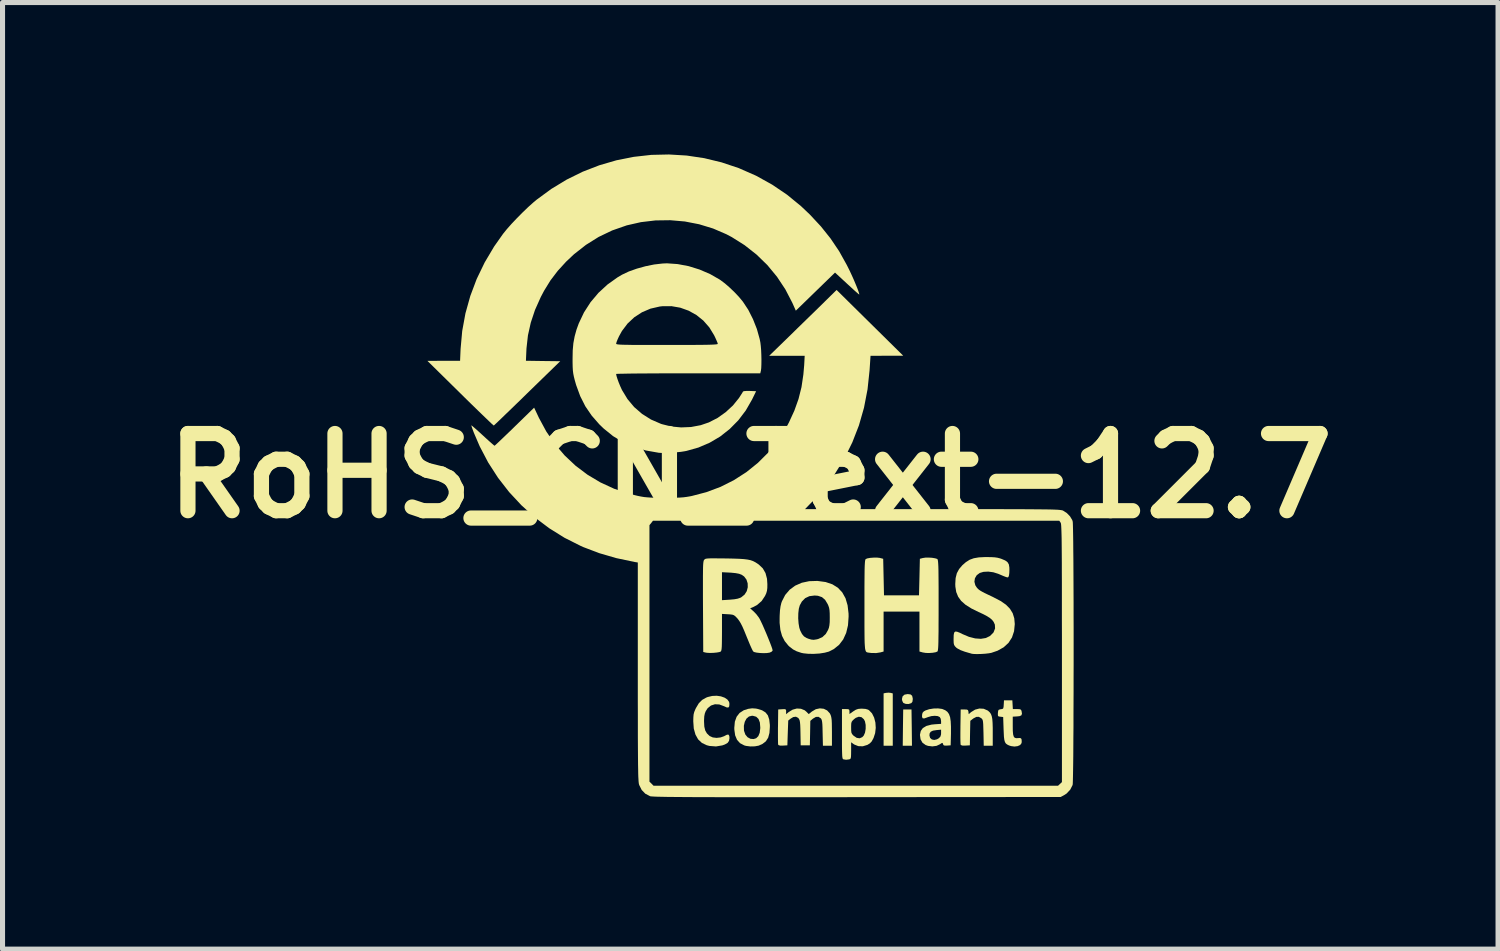
<source format=kicad_pcb>
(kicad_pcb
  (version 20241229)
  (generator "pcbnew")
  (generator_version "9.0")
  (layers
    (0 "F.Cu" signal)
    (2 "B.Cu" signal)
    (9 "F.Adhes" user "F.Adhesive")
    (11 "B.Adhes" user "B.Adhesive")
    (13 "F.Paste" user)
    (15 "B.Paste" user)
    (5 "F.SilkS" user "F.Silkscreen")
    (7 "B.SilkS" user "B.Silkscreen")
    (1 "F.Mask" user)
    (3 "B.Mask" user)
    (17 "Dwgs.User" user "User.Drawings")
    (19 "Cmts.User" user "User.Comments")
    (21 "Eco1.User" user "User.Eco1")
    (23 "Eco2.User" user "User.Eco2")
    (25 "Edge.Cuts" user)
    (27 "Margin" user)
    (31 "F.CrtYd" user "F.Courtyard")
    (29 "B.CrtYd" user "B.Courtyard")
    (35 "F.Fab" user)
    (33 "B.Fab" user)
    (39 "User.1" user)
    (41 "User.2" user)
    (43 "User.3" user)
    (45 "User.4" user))
  (footprint "RoHS_CN_Text-12.7"
    (layer "F.Cu")
    (at 11.764 6.344)
    (property "Reference" "RoHS_CN_Text-12.7" (at 0 0 0) (layer "F.SilkS") (effects (font (size 1.524 1.524) (thickness 0.3))))
    (attr board_only exclude_from_pos_files exclude_from_bom)
    (fp_poly (pts (xy 3.188 4.972) (xy 3.192 5.33) (xy 3.01 5.33) (xy 3.014 4.972) (xy 3.019 4.614) (xy 3.183 4.614)) (stroke (width 0) (type solid)) (fill yes) (layer "F.SilkS"))
    (fp_poly (pts (xy 2.77 4.286) (xy 2.813 4.297) (xy 2.813 5.33) (xy 2.632 5.33) (xy 2.632 4.296) (xy 2.679 4.286) (xy 2.731 4.282)) (stroke (width 0) (type solid)) (fill yes) (layer "F.SilkS"))
    (fp_poly (pts (xy 3.164 4.317) (xy 3.195 4.343) (xy 3.207 4.392) (xy 3.208 4.412) (xy 3.201 4.462) (xy 3.179 4.489) (xy 3.176 4.49) (xy 3.125 4.506) (xy 3.07 4.504) (xy 3.026 4.487) (xy 3.02 4.482) (xy 3.001 4.446) (xy 2.994 4.409) (xy 3.007 4.355) (xy 3.045 4.321) (xy 3.107 4.31) (xy 3.107 4.31)) (stroke (width 0) (type solid)) (fill yes) (layer "F.SilkS"))
    (fp_poly (pts (xy 4.608 4.6) (xy 4.684 4.633) (xy 4.697 4.642) (xy 4.728 4.671) (xy 4.751 4.703) (xy 4.767 4.746) (xy 4.778 4.802) (xy 4.784 4.879) (xy 4.787 4.98) (xy 4.787 5.058) (xy 4.787 5.33) (xy 4.609 5.33) (xy 4.604 5.074) (xy 4.601 4.976) (xy 4.599 4.906) (xy 4.595 4.859) (xy 4.589 4.827) (xy 4.58 4.807) (xy 4.568 4.793) (xy 4.559 4.786) (xy 4.51 4.759) (xy 4.46 4.761) (xy 4.403 4.792) (xy 4.398 4.796) (xy 4.344 4.838) (xy 4.339 5.08) (xy 4.335 5.322) (xy 4.248 5.327) (xy 4.19 5.327) (xy 4.159 5.317) (xy 4.153 5.31) (xy 4.151 5.287) (xy 4.149 5.237) (xy 4.148 5.165) (xy 4.148 5.076) (xy 4.149 4.974) (xy 4.149 4.951) (xy 4.154 4.614) (xy 4.228 4.614) (xy 4.274 4.616) (xy 4.296 4.625) (xy 4.305 4.647) (xy 4.307 4.66) (xy 4.312 4.706) (xy 4.361 4.665) (xy 4.439 4.617) (xy 4.524 4.595)) (stroke (width 0) (type solid)) (fill yes) (layer "F.SilkS"))
    (fp_poly (pts (xy 0.11 4.596) (xy 0.14 4.602) (xy 0.232 4.63) (xy 0.3 4.672) (xy 0.347 4.731) (xy 0.374 4.813) (xy 0.386 4.919) (xy 0.386 4.96) (xy 0.378 5.078) (xy 0.353 5.171) (xy 0.308 5.242) (xy 0.241 5.294) (xy 0.166 5.328) (xy 0.09 5.342) (xy 0.001 5.344) (xy -0.085 5.333) (xy -0.12 5.323) (xy -0.203 5.279) (xy -0.262 5.213) (xy -0.299 5.125) (xy -0.315 5.012) (xy -0.316 4.976) (xy -0.312 4.936) (xy -0.127 4.936) (xy -0.125 5.025) (xy -0.123 5.037) (xy -0.098 5.109) (xy -0.054 5.162) (xy 0.003 5.193) (xy 0.066 5.198) (xy 0.116 5.182) (xy 0.158 5.141) (xy 0.186 5.074) (xy 0.197 4.984) (xy 0.197 4.968) (xy 0.189 4.871) (xy 0.162 4.801) (xy 0.116 4.757) (xy 0.052 4.739) (xy 0.033 4.738) (xy -0.027 4.753) (xy -0.075 4.794) (xy -0.109 4.857) (xy -0.127 4.936) (xy -0.312 4.936) (xy -0.305 4.855) (xy -0.27 4.758) (xy -0.212 4.683) (xy -0.13 4.63) (xy -0.043 4.602) (xy 0.036 4.591)) (stroke (width 0) (type solid)) (fill yes) (layer "F.SilkS"))
    (fp_poly (pts (xy 5.179 4.52) (xy 5.184 4.606) (xy 5.265 4.606) (xy 5.314 4.608) (xy 5.34 4.616) (xy 5.353 4.636) (xy 5.356 4.646) (xy 5.364 4.698) (xy 5.352 4.73) (xy 5.316 4.746) (xy 5.268 4.751) (xy 5.182 4.756) (xy 5.182 4.941) (xy 5.183 5.037) (xy 5.189 5.105) (xy 5.201 5.148) (xy 5.22 5.172) (xy 5.25 5.181) (xy 5.287 5.179) (xy 5.328 5.177) (xy 5.348 5.188) (xy 5.357 5.209) (xy 5.359 5.255) (xy 5.355 5.28) (xy 5.328 5.316) (xy 5.278 5.338) (xy 5.215 5.346) (xy 5.148 5.337) (xy 5.108 5.324) (xy 5.072 5.306) (xy 5.046 5.286) (xy 5.028 5.257) (xy 5.016 5.215) (xy 5.008 5.154) (xy 5.004 5.069) (xy 5.001 5.003) (xy 4.993 4.763) (xy 4.938 4.757) (xy 4.904 4.752) (xy 4.89 4.738) (xy 4.888 4.706) (xy 4.889 4.683) (xy 4.894 4.639) (xy 4.907 4.619) (xy 4.935 4.611) (xy 4.947 4.609) (xy 4.978 4.604) (xy 4.994 4.592) (xy 5.001 4.562) (xy 5.004 4.519) (xy 5.009 4.433) (xy 5.174 4.433)) (stroke (width 0) (type solid)) (fill yes) (layer "F.SilkS"))
    (fp_poly (pts (xy -0.58 4.355) (xy -0.507 4.381) (xy -0.452 4.418) (xy -0.418 4.466) (xy -0.412 4.503) (xy -0.416 4.552) (xy -0.432 4.575) (xy -0.465 4.574) (xy -0.518 4.55) (xy -0.611 4.515) (xy -0.698 4.511) (xy -0.776 4.536) (xy -0.842 4.589) (xy -0.88 4.648) (xy -0.898 4.694) (xy -0.909 4.75) (xy -0.913 4.825) (xy -0.913 4.853) (xy -0.908 4.952) (xy -0.89 5.028) (xy -0.857 5.086) (xy -0.806 5.135) (xy -0.801 5.139) (xy -0.741 5.166) (xy -0.666 5.175) (xy -0.586 5.166) (xy -0.515 5.141) (xy -0.506 5.135) (xy -0.457 5.111) (xy -0.428 5.112) (xy -0.414 5.14) (xy -0.411 5.18) (xy -0.42 5.234) (xy -0.448 5.274) (xy -0.502 5.305) (xy -0.552 5.323) (xy -0.677 5.344) (xy -0.806 5.334) (xy -0.86 5.32) (xy -0.955 5.275) (xy -1.03 5.204) (xy -1.083 5.109) (xy -1.116 4.99) (xy -1.126 4.846) (xy -1.126 4.843) (xy -1.124 4.767) (xy -1.119 4.711) (xy -1.107 4.664) (xy -1.086 4.613) (xy -1.072 4.584) (xy -1.017 4.492) (xy -0.952 4.426) (xy -0.871 4.38) (xy -0.84 4.368) (xy -0.752 4.347) (xy -0.663 4.343)) (stroke (width 0) (type solid)) (fill yes) (layer "F.SilkS"))
    (fp_poly (pts (xy 1.45 4.6) (xy 1.517 4.633) (xy 1.569 4.689) (xy 1.581 4.712) (xy 1.593 4.742) (xy 1.601 4.778) (xy 1.607 4.825) (xy 1.61 4.889) (xy 1.611 4.975) (xy 1.612 5.055) (xy 1.612 5.33) (xy 1.434 5.33) (xy 1.428 5.077) (xy 1.426 4.978) (xy 1.423 4.907) (xy 1.418 4.857) (xy 1.411 4.824) (xy 1.402 4.802) (xy 1.392 4.789) (xy 1.346 4.759) (xy 1.295 4.761) (xy 1.237 4.795) (xy 1.236 4.796) (xy 1.185 4.839) (xy 1.181 5.08) (xy 1.176 5.322) (xy 0.995 5.322) (xy 0.991 5.1) (xy 0.989 4.996) (xy 0.986 4.92) (xy 0.981 4.866) (xy 0.974 4.829) (xy 0.963 4.804) (xy 0.949 4.784) (xy 0.945 4.78) (xy 0.901 4.757) (xy 0.848 4.764) (xy 0.798 4.794) (xy 0.749 4.833) (xy 0.74 5.078) (xy 0.732 5.322) (xy 0.646 5.327) (xy 0.587 5.327) (xy 0.556 5.317) (xy 0.551 5.31) (xy 0.548 5.287) (xy 0.547 5.237) (xy 0.546 5.165) (xy 0.546 5.076) (xy 0.546 4.974) (xy 0.547 4.951) (xy 0.551 4.614) (xy 0.629 4.609) (xy 0.676 4.607) (xy 0.699 4.613) (xy 0.707 4.631) (xy 0.707 4.656) (xy 0.707 4.708) (xy 0.757 4.666) (xy 0.835 4.618) (xy 0.919 4.595) (xy 1 4.6) (xy 1.074 4.63) (xy 1.106 4.657) (xy 1.154 4.705) (xy 1.217 4.654) (xy 1.293 4.609) (xy 1.373 4.592)) (stroke (width 0) (type solid)) (fill yes) (layer "F.SilkS"))
    (fp_poly (pts (xy 3.784 4.603) (xy 3.794 4.606) (xy 3.849 4.629) (xy 3.892 4.661) (xy 3.923 4.705) (xy 3.945 4.766) (xy 3.957 4.847) (xy 3.962 4.953) (xy 3.962 5.087) (xy 3.962 5.092) (xy 3.956 5.322) (xy 3.885 5.327) (xy 3.839 5.328) (xy 3.816 5.319) (xy 3.805 5.298) (xy 3.798 5.277) (xy 3.786 5.274) (xy 3.76 5.29) (xy 3.746 5.3) (xy 3.678 5.332) (xy 3.595 5.343) (xy 3.51 5.333) (xy 3.462 5.316) (xy 3.399 5.27) (xy 3.362 5.204) (xy 3.351 5.126) (xy 3.537 5.126) (xy 3.55 5.175) (xy 3.584 5.206) (xy 3.632 5.216) (xy 3.687 5.203) (xy 3.724 5.181) (xy 3.754 5.148) (xy 3.766 5.105) (xy 3.767 5.08) (xy 3.767 5.013) (xy 3.678 5.021) (xy 3.607 5.032) (xy 3.563 5.053) (xy 3.541 5.087) (xy 3.537 5.126) (xy 3.351 5.126) (xy 3.35 5.117) (xy 3.35 5.112) (xy 3.366 5.038) (xy 3.408 4.98) (xy 3.478 4.939) (xy 3.577 4.913) (xy 3.648 4.906) (xy 3.767 4.898) (xy 3.767 4.844) (xy 3.76 4.798) (xy 3.741 4.764) (xy 3.741 4.764) (xy 3.702 4.745) (xy 3.643 4.739) (xy 3.575 4.745) (xy 3.506 4.765) (xy 3.489 4.772) (xy 3.435 4.791) (xy 3.404 4.788) (xy 3.391 4.761) (xy 3.392 4.719) (xy 3.401 4.68) (xy 3.426 4.652) (xy 3.46 4.633) (xy 3.532 4.609) (xy 3.619 4.595) (xy 3.708 4.593)) (stroke (width 0) (type solid)) (fill yes) (layer "F.SilkS"))
    (fp_poly (pts (xy 2.275 4.603) (xy 2.326 4.618) (xy 2.347 4.632) (xy 2.404 4.692) (xy 2.445 4.775) (xy 2.47 4.872) (xy 2.477 4.977) (xy 2.465 5.082) (xy 2.433 5.179) (xy 2.429 5.186) (xy 2.397 5.245) (xy 2.362 5.282) (xy 2.316 5.311) (xy 2.31 5.314) (xy 2.221 5.341) (xy 2.133 5.338) (xy 2.053 5.306) (xy 2.041 5.298) (xy 1.991 5.262) (xy 1.991 5.426) (xy 1.99 5.5) (xy 1.988 5.549) (xy 1.983 5.577) (xy 1.973 5.591) (xy 1.957 5.598) (xy 1.954 5.599) (xy 1.891 5.607) (xy 1.838 5.598) (xy 1.83 5.594) (xy 1.824 5.584) (xy 1.819 5.565) (xy 1.815 5.532) (xy 1.813 5.483) (xy 1.811 5.414) (xy 1.81 5.322) (xy 1.81 5.203) (xy 1.81 5.099) (xy 1.81 4.971) (xy 1.991 4.971) (xy 1.992 5.034) (xy 1.997 5.073) (xy 2.011 5.101) (xy 2.035 5.128) (xy 2.042 5.134) (xy 2.101 5.174) (xy 2.159 5.183) (xy 2.21 5.161) (xy 2.24 5.129) (xy 2.265 5.072) (xy 2.278 4.997) (xy 2.278 4.919) (xy 2.264 4.849) (xy 2.243 4.808) (xy 2.197 4.767) (xy 2.143 4.757) (xy 2.083 4.779) (xy 2.05 4.804) (xy 2.019 4.834) (xy 2.001 4.859) (xy 1.993 4.892) (xy 1.991 4.943) (xy 1.991 4.971) (xy 1.81 4.971) (xy 1.81 4.606) (xy 1.884 4.606) (xy 1.929 4.608) (xy 1.951 4.616) (xy 1.957 4.637) (xy 1.958 4.655) (xy 1.958 4.704) (xy 2.033 4.651) (xy 2.084 4.619) (xy 2.131 4.603) (xy 2.189 4.598) (xy 2.205 4.598)) (stroke (width 0) (type solid)) (fill yes) (layer "F.SilkS"))
    (fp_poly (pts (xy 1.333 2.077) (xy 1.488 2.098) (xy 1.621 2.143) (xy 1.73 2.211) (xy 1.816 2.303) (xy 1.88 2.418) (xy 1.921 2.557) (xy 1.94 2.72) (xy 1.941 2.78) (xy 1.929 2.952) (xy 1.893 3.103) (xy 1.834 3.232) (xy 1.752 3.339) (xy 1.648 3.422) (xy 1.552 3.471) (xy 1.47 3.493) (xy 1.368 3.509) (xy 1.256 3.516) (xy 1.147 3.515) (xy 1.05 3.505) (xy 1.007 3.496) (xy 0.915 3.465) (xy 0.844 3.428) (xy 0.778 3.377) (xy 0.75 3.351) (xy 0.679 3.263) (xy 0.627 3.162) (xy 0.594 3.044) (xy 0.579 2.905) (xy 0.579 2.814) (xy 0.946 2.814) (xy 0.953 2.913) (xy 0.968 3.001) (xy 0.986 3.055) (xy 1.021 3.124) (xy 1.06 3.171) (xy 1.11 3.202) (xy 1.146 3.217) (xy 1.203 3.234) (xy 1.25 3.239) (xy 1.304 3.231) (xy 1.339 3.223) (xy 1.423 3.186) (xy 1.491 3.122) (xy 1.535 3.045) (xy 1.552 3.001) (xy 1.562 2.952) (xy 1.568 2.889) (xy 1.569 2.803) (xy 1.569 2.797) (xy 1.568 2.714) (xy 1.564 2.654) (xy 1.556 2.607) (xy 1.541 2.563) (xy 1.527 2.532) (xy 1.477 2.449) (xy 1.415 2.396) (xy 1.335 2.369) (xy 1.269 2.364) (xy 1.167 2.377) (xy 1.084 2.416) (xy 1.018 2.483) (xy 0.977 2.558) (xy 0.958 2.626) (xy 0.948 2.715) (xy 0.946 2.814) (xy 0.579 2.814) (xy 0.58 2.762) (xy 0.586 2.658) (xy 0.597 2.578) (xy 0.613 2.511) (xy 0.625 2.478) (xy 0.689 2.353) (xy 0.778 2.249) (xy 0.887 2.169) (xy 1.017 2.112) (xy 1.163 2.081) (xy 1.325 2.076)) (stroke (width 0) (type solid)) (fill yes) (layer "F.SilkS"))
    (fp_poly (pts (xy 3.589 1.619) (xy 3.648 1.629) (xy 3.688 1.641) (xy 3.693 1.645) (xy 3.699 1.653) (xy 3.703 1.669) (xy 3.707 1.696) (xy 3.71 1.735) (xy 3.713 1.79) (xy 3.715 1.863) (xy 3.716 1.957) (xy 3.717 2.074) (xy 3.718 2.217) (xy 3.718 2.388) (xy 3.718 2.558) (xy 3.718 2.758) (xy 3.717 2.927) (xy 3.717 3.069) (xy 3.715 3.184) (xy 3.714 3.276) (xy 3.712 3.347) (xy 3.709 3.399) (xy 3.705 3.435) (xy 3.701 3.458) (xy 3.696 3.468) (xy 3.696 3.469) (xy 3.66 3.484) (xy 3.603 3.494) (xy 3.536 3.499) (xy 3.468 3.498) (xy 3.411 3.489) (xy 3.409 3.489) (xy 3.34 3.47) (xy 3.34 2.681) (xy 2.632 2.681) (xy 2.632 3.47) (xy 2.57 3.487) (xy 2.487 3.5) (xy 2.392 3.499) (xy 2.336 3.492) (xy 2.318 3.489) (xy 2.303 3.485) (xy 2.291 3.478) (xy 2.281 3.464) (xy 2.273 3.442) (xy 2.266 3.409) (xy 2.262 3.362) (xy 2.258 3.299) (xy 2.256 3.216) (xy 2.255 3.113) (xy 2.254 2.985) (xy 2.254 2.83) (xy 2.254 2.647) (xy 2.254 2.558) (xy 2.254 2.361) (xy 2.254 2.195) (xy 2.255 2.056) (xy 2.256 1.942) (xy 2.257 1.852) (xy 2.259 1.781) (xy 2.262 1.729) (xy 2.265 1.691) (xy 2.269 1.666) (xy 2.274 1.652) (xy 2.278 1.645) (xy 2.311 1.631) (xy 2.366 1.621) (xy 2.433 1.616) (xy 2.499 1.615) (xy 2.555 1.621) (xy 2.566 1.624) (xy 2.624 1.639) (xy 2.632 2) (xy 2.64 2.361) (xy 3.331 2.361) (xy 3.34 2) (xy 3.348 1.639) (xy 3.405 1.624) (xy 3.457 1.616) (xy 3.522 1.615)) (stroke (width 0) (type solid)) (fill yes) (layer "F.SilkS"))
    (fp_poly (pts (xy 4.757 1.606) (xy 4.826 1.61) (xy 4.881 1.618) (xy 4.931 1.631) (xy 4.96 1.641) (xy 5.033 1.672) (xy 5.079 1.706) (xy 5.105 1.75) (xy 5.115 1.811) (xy 5.116 1.857) (xy 5.114 1.917) (xy 5.108 1.965) (xy 5.1 1.99) (xy 5.093 2.001) (xy 5.085 2.006) (xy 5.069 2.005) (xy 5.041 1.996) (xy 4.995 1.978) (xy 4.927 1.949) (xy 4.894 1.935) (xy 4.798 1.905) (xy 4.698 1.892) (xy 4.603 1.897) (xy 4.53 1.919) (xy 4.471 1.963) (xy 4.435 2.024) (xy 4.425 2.092) (xy 4.443 2.162) (xy 4.473 2.208) (xy 4.493 2.23) (xy 4.514 2.249) (xy 4.54 2.267) (xy 4.576 2.288) (xy 4.627 2.315) (xy 4.698 2.349) (xy 4.793 2.394) (xy 4.804 2.4) (xy 4.942 2.472) (xy 5.049 2.546) (xy 5.127 2.626) (xy 5.181 2.714) (xy 5.212 2.814) (xy 5.222 2.928) (xy 5.208 3.069) (xy 5.167 3.192) (xy 5.098 3.299) (xy 5.003 3.386) (xy 4.882 3.454) (xy 4.759 3.496) (xy 4.708 3.505) (xy 4.639 3.513) (xy 4.562 3.518) (xy 4.486 3.52) (xy 4.42 3.519) (xy 4.375 3.514) (xy 4.368 3.512) (xy 4.345 3.505) (xy 4.299 3.492) (xy 4.241 3.475) (xy 4.234 3.473) (xy 4.15 3.442) (xy 4.084 3.406) (xy 4.065 3.391) (xy 4.039 3.364) (xy 4.024 3.338) (xy 4.016 3.304) (xy 4.014 3.25) (xy 4.014 3.22) (xy 4.016 3.144) (xy 4.025 3.097) (xy 4.045 3.076) (xy 4.081 3.078) (xy 4.138 3.1) (xy 4.19 3.126) (xy 4.318 3.18) (xy 4.44 3.211) (xy 4.552 3.219) (xy 4.651 3.203) (xy 4.733 3.163) (xy 4.795 3.101) (xy 4.804 3.089) (xy 4.833 3.014) (xy 4.829 2.939) (xy 4.804 2.884) (xy 4.774 2.845) (xy 4.73 2.807) (xy 4.667 2.768) (xy 4.582 2.724) (xy 4.508 2.69) (xy 4.364 2.619) (xy 4.25 2.547) (xy 4.164 2.471) (xy 4.104 2.388) (xy 4.066 2.295) (xy 4.049 2.189) (xy 4.047 2.137) (xy 4.054 2.02) (xy 4.078 1.924) (xy 4.123 1.841) (xy 4.186 1.767) (xy 4.258 1.704) (xy 4.331 1.658) (xy 4.413 1.628) (xy 4.512 1.611) (xy 4.633 1.605) (xy 4.664 1.605)) (stroke (width 0) (type solid)) (fill yes) (layer "F.SilkS"))
    (fp_poly (pts (xy -1.256 -6.323) (xy -0.909 -6.271) (xy -0.566 -6.188) (xy -0.228 -6.075) (xy 0.102 -5.93) (xy 0.123 -5.92) (xy 0.434 -5.747) (xy 0.725 -5.55) (xy 0.999 -5.326) (xy 1.176 -5.158) (xy 1.394 -4.924) (xy 1.585 -4.685) (xy 1.754 -4.434) (xy 1.905 -4.163) (xy 1.959 -4.055) (xy 2.001 -3.965) (xy 2.042 -3.874) (xy 2.079 -3.786) (xy 2.111 -3.708) (xy 2.135 -3.644) (xy 2.149 -3.599) (xy 2.152 -3.578) (xy 2.151 -3.578) (xy 2.139 -3.587) (xy 2.105 -3.616) (xy 2.055 -3.66) (xy 1.993 -3.717) (xy 1.921 -3.783) (xy 1.91 -3.793) (xy 1.673 -4.012) (xy 1.286 -3.636) (xy 0.899 -3.26) (xy 0.83 -3.415) (xy 0.692 -3.681) (xy 0.527 -3.93) (xy 0.337 -4.16) (xy 0.123 -4.368) (xy -0.112 -4.553) (xy -0.366 -4.713) (xy -0.472 -4.769) (xy -0.734 -4.882) (xy -1.009 -4.966) (xy -1.292 -5.021) (xy -1.581 -5.046) (xy -1.871 -5.042) (xy -2.159 -5.008) (xy -2.441 -4.944) (xy -2.446 -4.942) (xy -2.727 -4.844) (xy -2.994 -4.716) (xy -3.245 -4.559) (xy -3.482 -4.373) (xy -3.636 -4.228) (xy -3.803 -4.045) (xy -3.946 -3.857) (xy -4.071 -3.654) (xy -4.137 -3.529) (xy -4.251 -3.274) (xy -4.334 -3.024) (xy -4.39 -2.773) (xy -4.419 -2.515) (xy -4.421 -2.472) (xy -4.43 -2.271) (xy -4.091 -2.266) (xy -3.753 -2.262) (xy -4.404 -1.629) (xy -4.525 -1.51) (xy -4.64 -1.399) (xy -4.745 -1.297) (xy -4.84 -1.206) (xy -4.92 -1.128) (xy -4.985 -1.066) (xy -5.032 -1.022) (xy -5.059 -0.997) (xy -5.065 -0.992) (xy -5.078 -1.003) (xy -5.113 -1.034) (xy -5.166 -1.085) (xy -5.237 -1.153) (xy -5.322 -1.235) (xy -5.42 -1.33) (xy -5.529 -1.436) (xy -5.646 -1.551) (xy -5.725 -1.629) (xy -6.375 -2.269) (xy -6.052 -2.27) (xy -5.73 -2.27) (xy -5.72 -2.505) (xy -5.688 -2.859) (xy -5.624 -3.208) (xy -5.528 -3.551) (xy -5.402 -3.886) (xy -5.244 -4.213) (xy -5.057 -4.528) (xy -4.88 -4.779) (xy -4.807 -4.869) (xy -4.714 -4.974) (xy -4.609 -5.085) (xy -4.497 -5.198) (xy -4.386 -5.305) (xy -4.281 -5.399) (xy -4.22 -5.45) (xy -3.93 -5.663) (xy -3.625 -5.848) (xy -3.308 -6.004) (xy -2.98 -6.131) (xy -2.644 -6.229) (xy -2.302 -6.297) (xy -1.955 -6.336) (xy -1.606 -6.344)) (stroke (width 0) (type solid)) (fill yes) (layer "F.SilkS"))
    (fp_poly (pts (xy -0.611 1.631) (xy -0.487 1.632) (xy -0.478 1.632) (xy -0.334 1.635) (xy -0.219 1.639) (xy -0.128 1.645) (xy -0.055 1.654) (xy 0.004 1.666) (xy 0.054 1.684) (xy 0.099 1.707) (xy 0.144 1.736) (xy 0.167 1.752) (xy 0.246 1.827) (xy 0.3 1.92) (xy 0.33 2.033) (xy 0.337 2.139) (xy 0.336 2.215) (xy 0.329 2.271) (xy 0.315 2.32) (xy 0.291 2.372) (xy 0.224 2.473) (xy 0.133 2.552) (xy 0.058 2.592) (xy -0.003 2.617) (xy 0.069 2.681) (xy 0.119 2.733) (xy 0.166 2.795) (xy 0.184 2.824) (xy 0.211 2.878) (xy 0.244 2.948) (xy 0.28 3.031) (xy 0.318 3.119) (xy 0.354 3.207) (xy 0.387 3.289) (xy 0.414 3.36) (xy 0.433 3.414) (xy 0.441 3.446) (xy 0.441 3.45) (xy 0.423 3.472) (xy 0.384 3.491) (xy 0.378 3.492) (xy 0.327 3.5) (xy 0.262 3.502) (xy 0.192 3.499) (xy 0.128 3.492) (xy 0.08 3.481) (xy 0.058 3.469) (xy 0.045 3.447) (xy 0.022 3.4) (xy -0.008 3.332) (xy -0.042 3.25) (xy -0.075 3.17) (xy -0.119 3.061) (xy -0.156 2.977) (xy -0.188 2.914) (xy -0.217 2.866) (xy -0.246 2.827) (xy -0.254 2.817) (xy -0.292 2.777) (xy -0.322 2.754) (xy -0.355 2.742) (xy -0.404 2.736) (xy -0.442 2.734) (xy -0.559 2.727) (xy -0.559 3.089) (xy -0.56 3.212) (xy -0.561 3.306) (xy -0.563 3.374) (xy -0.567 3.422) (xy -0.573 3.451) (xy -0.58 3.467) (xy -0.583 3.47) (xy -0.612 3.481) (xy -0.664 3.49) (xy -0.729 3.496) (xy -0.795 3.498) (xy -0.853 3.495) (xy -0.88 3.491) (xy -0.929 3.479) (xy -0.934 2.584) (xy -0.935 2.389) (xy -0.935 2.224) (xy -0.935 2.087) (xy -0.935 1.974) (xy -0.934 1.904) (xy -0.559 1.904) (xy -0.559 2.456) (xy -0.401 2.446) (xy -0.313 2.438) (xy -0.248 2.426) (xy -0.198 2.409) (xy -0.177 2.398) (xy -0.113 2.346) (xy -0.07 2.278) (xy -0.05 2.201) (xy -0.052 2.123) (xy -0.076 2.049) (xy -0.122 1.988) (xy -0.169 1.955) (xy -0.221 1.935) (xy -0.289 1.922) (xy -0.38 1.913) (xy -0.397 1.912) (xy -0.559 1.904) (xy -0.934 1.904) (xy -0.934 1.884) (xy -0.933 1.814) (xy -0.931 1.761) (xy -0.928 1.722) (xy -0.924 1.694) (xy -0.92 1.676) (xy -0.914 1.664) (xy -0.909 1.658) (xy -0.899 1.648) (xy -0.885 1.64) (xy -0.862 1.635) (xy -0.828 1.632) (xy -0.777 1.63) (xy -0.706 1.63)) (stroke (width 0) (type solid)) (fill yes) (layer "F.SilkS"))
    (fp_poly (pts (xy -1.434 -4.18) (xy -1.217 -4.139) (xy -1.001 -4.072) (xy -0.794 -3.983) (xy -0.604 -3.874) (xy -0.585 -3.861) (xy -0.5 -3.797) (xy -0.405 -3.714) (xy -0.308 -3.621) (xy -0.22 -3.527) (xy -0.148 -3.44) (xy -0.147 -3.439) (xy -0.04 -3.277) (xy 0.053 -3.093) (xy 0.13 -2.898) (xy 0.185 -2.701) (xy 0.199 -2.632) (xy 0.207 -2.565) (xy 0.214 -2.481) (xy 0.218 -2.386) (xy 0.22 -2.29) (xy 0.219 -2.201) (xy 0.216 -2.126) (xy 0.21 -2.075) (xy 0.208 -2.069) (xy 0.197 -2.023) (xy -1.226 -2.023) (xy -1.439 -2.023) (xy -1.643 -2.023) (xy -1.834 -2.022) (xy -2.011 -2.021) (xy -2.171 -2.02) (xy -2.313 -2.019) (xy -2.432 -2.017) (xy -2.528 -2.015) (xy -2.597 -2.014) (xy -2.638 -2.012) (xy -2.649 -2.01) (xy -2.642 -1.972) (xy -2.624 -1.914) (xy -2.598 -1.842) (xy -2.567 -1.767) (xy -2.535 -1.697) (xy -2.533 -1.693) (xy -2.425 -1.515) (xy -2.293 -1.357) (xy -2.137 -1.222) (xy -1.961 -1.111) (xy -1.765 -1.026) (xy -1.744 -1.019) (xy -1.56 -0.973) (xy -1.366 -0.955) (xy -1.17 -0.963) (xy -0.979 -0.999) (xy -0.818 -1.054) (xy -0.646 -1.142) (xy -0.486 -1.256) (xy -0.343 -1.388) (xy -0.224 -1.535) (xy -0.217 -1.546) (xy -0.184 -1.597) (xy -0.158 -1.638) (xy -0.145 -1.661) (xy -0.145 -1.662) (xy -0.126 -1.671) (xy -0.078 -1.675) (xy -0.012 -1.675) (xy 0.115 -1.67) (xy 0.034 -1.504) (xy -0.089 -1.29) (xy -0.236 -1.096) (xy -0.406 -0.924) (xy -0.595 -0.775) (xy -0.802 -0.653) (xy -1.023 -0.558) (xy -1.257 -0.492) (xy -1.292 -0.485) (xy -1.367 -0.473) (xy -1.459 -0.464) (xy -1.559 -0.456) (xy -1.656 -0.452) (xy -1.741 -0.451) (xy -1.804 -0.454) (xy -1.81 -0.455) (xy -2.064 -0.5) (xy -2.298 -0.569) (xy -2.512 -0.663) (xy -2.711 -0.784) (xy -2.895 -0.933) (xy -2.981 -1.016) (xy -3.132 -1.189) (xy -3.257 -1.372) (xy -3.358 -1.572) (xy -3.439 -1.793) (xy -3.466 -1.888) (xy -3.483 -1.956) (xy -3.495 -2.016) (xy -3.503 -2.078) (xy -3.507 -2.15) (xy -3.509 -2.241) (xy -3.509 -2.311) (xy -3.506 -2.476) (xy -3.494 -2.61) (xy -2.649 -2.61) (xy -2.647 -2.604) (xy -2.639 -2.599) (xy -2.623 -2.595) (xy -2.597 -2.592) (xy -2.558 -2.589) (xy -2.503 -2.587) (xy -2.431 -2.586) (xy -2.339 -2.584) (xy -2.225 -2.584) (xy -2.085 -2.583) (xy -1.919 -2.583) (xy -1.723 -2.583) (xy -1.645 -2.583) (xy -1.435 -2.583) (xy -1.255 -2.583) (xy -1.104 -2.584) (xy -0.979 -2.585) (xy -0.877 -2.586) (xy -0.797 -2.588) (xy -0.737 -2.59) (xy -0.693 -2.593) (xy -0.664 -2.596) (xy -0.648 -2.6) (xy -0.642 -2.605) (xy -0.642 -2.606) (xy -0.649 -2.63) (xy -0.668 -2.675) (xy -0.695 -2.735) (xy -0.715 -2.776) (xy -0.81 -2.931) (xy -0.928 -3.065) (xy -1.065 -3.175) (xy -1.218 -3.26) (xy -1.383 -3.319) (xy -1.556 -3.349) (xy -1.735 -3.348) (xy -1.788 -3.342) (xy -1.971 -3.3) (xy -2.139 -3.228) (xy -2.29 -3.13) (xy -2.423 -3.006) (xy -2.534 -2.859) (xy -2.592 -2.754) (xy -2.619 -2.695) (xy -2.639 -2.645) (xy -2.648 -2.613) (xy -2.649 -2.61) (xy -3.494 -2.61) (xy -3.493 -2.62) (xy -3.468 -2.753) (xy -3.431 -2.887) (xy -3.386 -3.01) (xy -3.284 -3.225) (xy -3.154 -3.427) (xy -2.998 -3.612) (xy -2.82 -3.776) (xy -2.621 -3.918) (xy -2.533 -3.97) (xy -2.398 -4.034) (xy -2.24 -4.09) (xy -2.07 -4.137) (xy -1.898 -4.172) (xy -1.735 -4.191) (xy -1.645 -4.195)) (stroke (width 0) (type solid)) (fill yes) (layer "F.SilkS"))
    (fp_poly (pts (xy 3.019 -2.371) (xy 2.697 -2.37) (xy 2.374 -2.369) (xy 2.355 -2.083) (xy 2.315 -1.707) (xy 2.245 -1.344) (xy 2.145 -0.995) (xy 2.015 -0.661) (xy 1.857 -0.34) (xy 1.669 -0.036) (xy 1.453 0.253) (xy 1.228 0.506) (xy 1.081 0.658) (xy 3.596 0.658) (xy 3.933 0.658) (xy 4.238 0.659) (xy 4.514 0.659) (xy 4.762 0.659) (xy 4.983 0.659) (xy 5.179 0.66) (xy 5.351 0.66) (xy 5.502 0.661) (xy 5.632 0.662) (xy 5.743 0.663) (xy 5.838 0.664) (xy 5.916 0.665) (xy 5.981 0.667) (xy 6.033 0.669) (xy 6.075 0.671) (xy 6.107 0.674) (xy 6.131 0.677) (xy 6.15 0.68) (xy 6.163 0.683) (xy 6.174 0.687) (xy 6.177 0.689) (xy 6.25 0.736) (xy 6.313 0.801) (xy 6.357 0.875) (xy 6.365 0.9) (xy 6.368 0.925) (xy 6.37 0.981) (xy 6.372 1.065) (xy 6.374 1.176) (xy 6.376 1.31) (xy 6.377 1.467) (xy 6.379 1.643) (xy 6.38 1.836) (xy 6.381 2.045) (xy 6.382 2.267) (xy 6.383 2.5) (xy 6.383 2.742) (xy 6.384 2.99) (xy 6.384 3.243) (xy 6.384 3.498) (xy 6.384 3.753) (xy 6.383 4.006) (xy 6.383 4.255) (xy 6.382 4.497) (xy 6.381 4.73) (xy 6.381 4.952) (xy 6.379 5.162) (xy 6.378 5.356) (xy 6.377 5.533) (xy 6.375 5.69) (xy 6.373 5.825) (xy 6.371 5.936) (xy 6.369 6.021) (xy 6.367 6.078) (xy 6.364 6.104) (xy 6.364 6.105) (xy 6.317 6.197) (xy 6.246 6.273) (xy 6.197 6.305) (xy 6.128 6.342) (xy 2.106 6.345) (xy 1.667 6.346) (xy 1.26 6.346) (xy 0.883 6.346) (xy 0.536 6.346) (xy 0.217 6.346) (xy -0.074 6.346) (xy -0.34 6.346) (xy -0.581 6.346) (xy -0.798 6.345) (xy -0.992 6.345) (xy -1.165 6.344) (xy -1.317 6.343) (xy -1.451 6.342) (xy -1.566 6.341) (xy -1.665 6.34) (xy -1.748 6.338) (xy -1.816 6.337) (xy -1.87 6.335) (xy -1.913 6.333) (xy -1.944 6.331) (xy -1.966 6.329) (xy -1.978 6.327) (xy -1.979 6.326) (xy -2.073 6.277) (xy -2.144 6.204) (xy -2.192 6.108) (xy -2.196 6.096) (xy -2.2 6.081) (xy -2.203 6.06) (xy -2.205 6.039) (xy -1.991 6.039) (xy -1.95 6.079) (xy -1.91 6.12) (xy 6.076 6.12) (xy 6.115 6.084) (xy 6.153 6.048) (xy 6.153 3.505) (xy 6.153 3.164) (xy 6.152 2.854) (xy 6.152 2.575) (xy 6.152 2.323) (xy 6.152 2.099) (xy 6.151 1.9) (xy 6.151 1.724) (xy 6.15 1.571) (xy 6.149 1.439) (xy 6.148 1.326) (xy 6.147 1.231) (xy 6.145 1.152) (xy 6.143 1.087) (xy 6.141 1.036) (xy 6.139 0.997) (xy 6.137 0.968) (xy 6.134 0.947) (xy 6.131 0.933) (xy 6.127 0.926) (xy 6.127 0.925) (xy 6.101 0.888) (xy -1.922 0.888) (xy -1.956 0.932) (xy -1.991 0.975) (xy -1.991 6.039) (xy -2.205 6.039) (xy -2.206 6.031) (xy -2.208 5.992) (xy -2.211 5.943) (xy -2.213 5.88) (xy -2.214 5.803) (xy -2.216 5.71) (xy -2.217 5.599) (xy -2.218 5.468) (xy -2.219 5.316) (xy -2.22 5.142) (xy -2.22 4.943) (xy -2.22 4.717) (xy -2.221 4.464) (xy -2.221 4.181) (xy -2.221 3.867) (xy -2.221 1.712) (xy -2.283 1.702) (xy -2.644 1.626) (xy -2.981 1.528) (xy -3.297 1.408) (xy -3.348 1.385) (xy -3.668 1.224) (xy -3.971 1.035) (xy -4.255 0.821) (xy -4.519 0.582) (xy -4.762 0.321) (xy -4.981 0.039) (xy -5.175 -0.262) (xy -5.343 -0.582) (xy -5.456 -0.845) (xy -5.48 -0.908) (xy -5.498 -0.959) (xy -5.507 -0.99) (xy -5.507 -0.996) (xy -5.494 -0.987) (xy -5.461 -0.959) (xy -5.411 -0.916) (xy -5.349 -0.86) (xy -5.28 -0.797) (xy -5.209 -0.732) (xy -5.147 -0.676) (xy -5.097 -0.632) (xy -5.063 -0.603) (xy -5.05 -0.593) (xy -5.036 -0.604) (xy -5.002 -0.635) (xy -4.95 -0.684) (xy -4.883 -0.748) (xy -4.804 -0.824) (xy -4.715 -0.909) (xy -4.655 -0.968) (xy -4.268 -1.345) (xy -4.172 -1.141) (xy -4.027 -0.873) (xy -3.857 -0.625) (xy -3.664 -0.4) (xy -3.449 -0.198) (xy -3.214 -0.021) (xy -2.959 0.131) (xy -2.688 0.256) (xy -2.4 0.353) (xy -2.221 0.397) (xy -2.156 0.41) (xy -2.095 0.42) (xy -2.03 0.426) (xy -1.956 0.431) (xy -1.865 0.434) (xy -1.751 0.435) (xy -1.694 0.435) (xy -1.569 0.435) (xy -1.469 0.433) (xy -1.389 0.43) (xy -1.32 0.425) (xy -1.257 0.417) (xy -1.192 0.406) (xy -1.156 0.399) (xy -0.866 0.323) (xy -0.588 0.219) (xy -0.325 0.087) (xy -0.079 -0.071) (xy 0.149 -0.254) (xy 0.356 -0.46) (xy 0.54 -0.688) (xy 0.7 -0.935) (xy 0.763 -1.053) (xy 0.87 -1.286) (xy 0.952 -1.516) (xy 1.011 -1.751) (xy 1.048 -2) (xy 1.064 -2.184) (xy 1.074 -2.369) (xy 0.373 -2.369) (xy 0.808 -2.792) (xy 0.919 -2.901) (xy 1.034 -3.013) (xy 1.148 -3.124) (xy 1.256 -3.229) (xy 1.352 -3.323) (xy 1.433 -3.402) (xy 1.473 -3.442) (xy 1.704 -3.669)) (stroke (width 0) (type solid)) (fill yes) (layer "F.SilkS")))
  (gr_rect
    (start -3 -3)
    (end 26.528 15.69)
    (stroke (width 0.1) (type default))
    (fill no)
    (layer "Edge.Cuts")))
</source>
